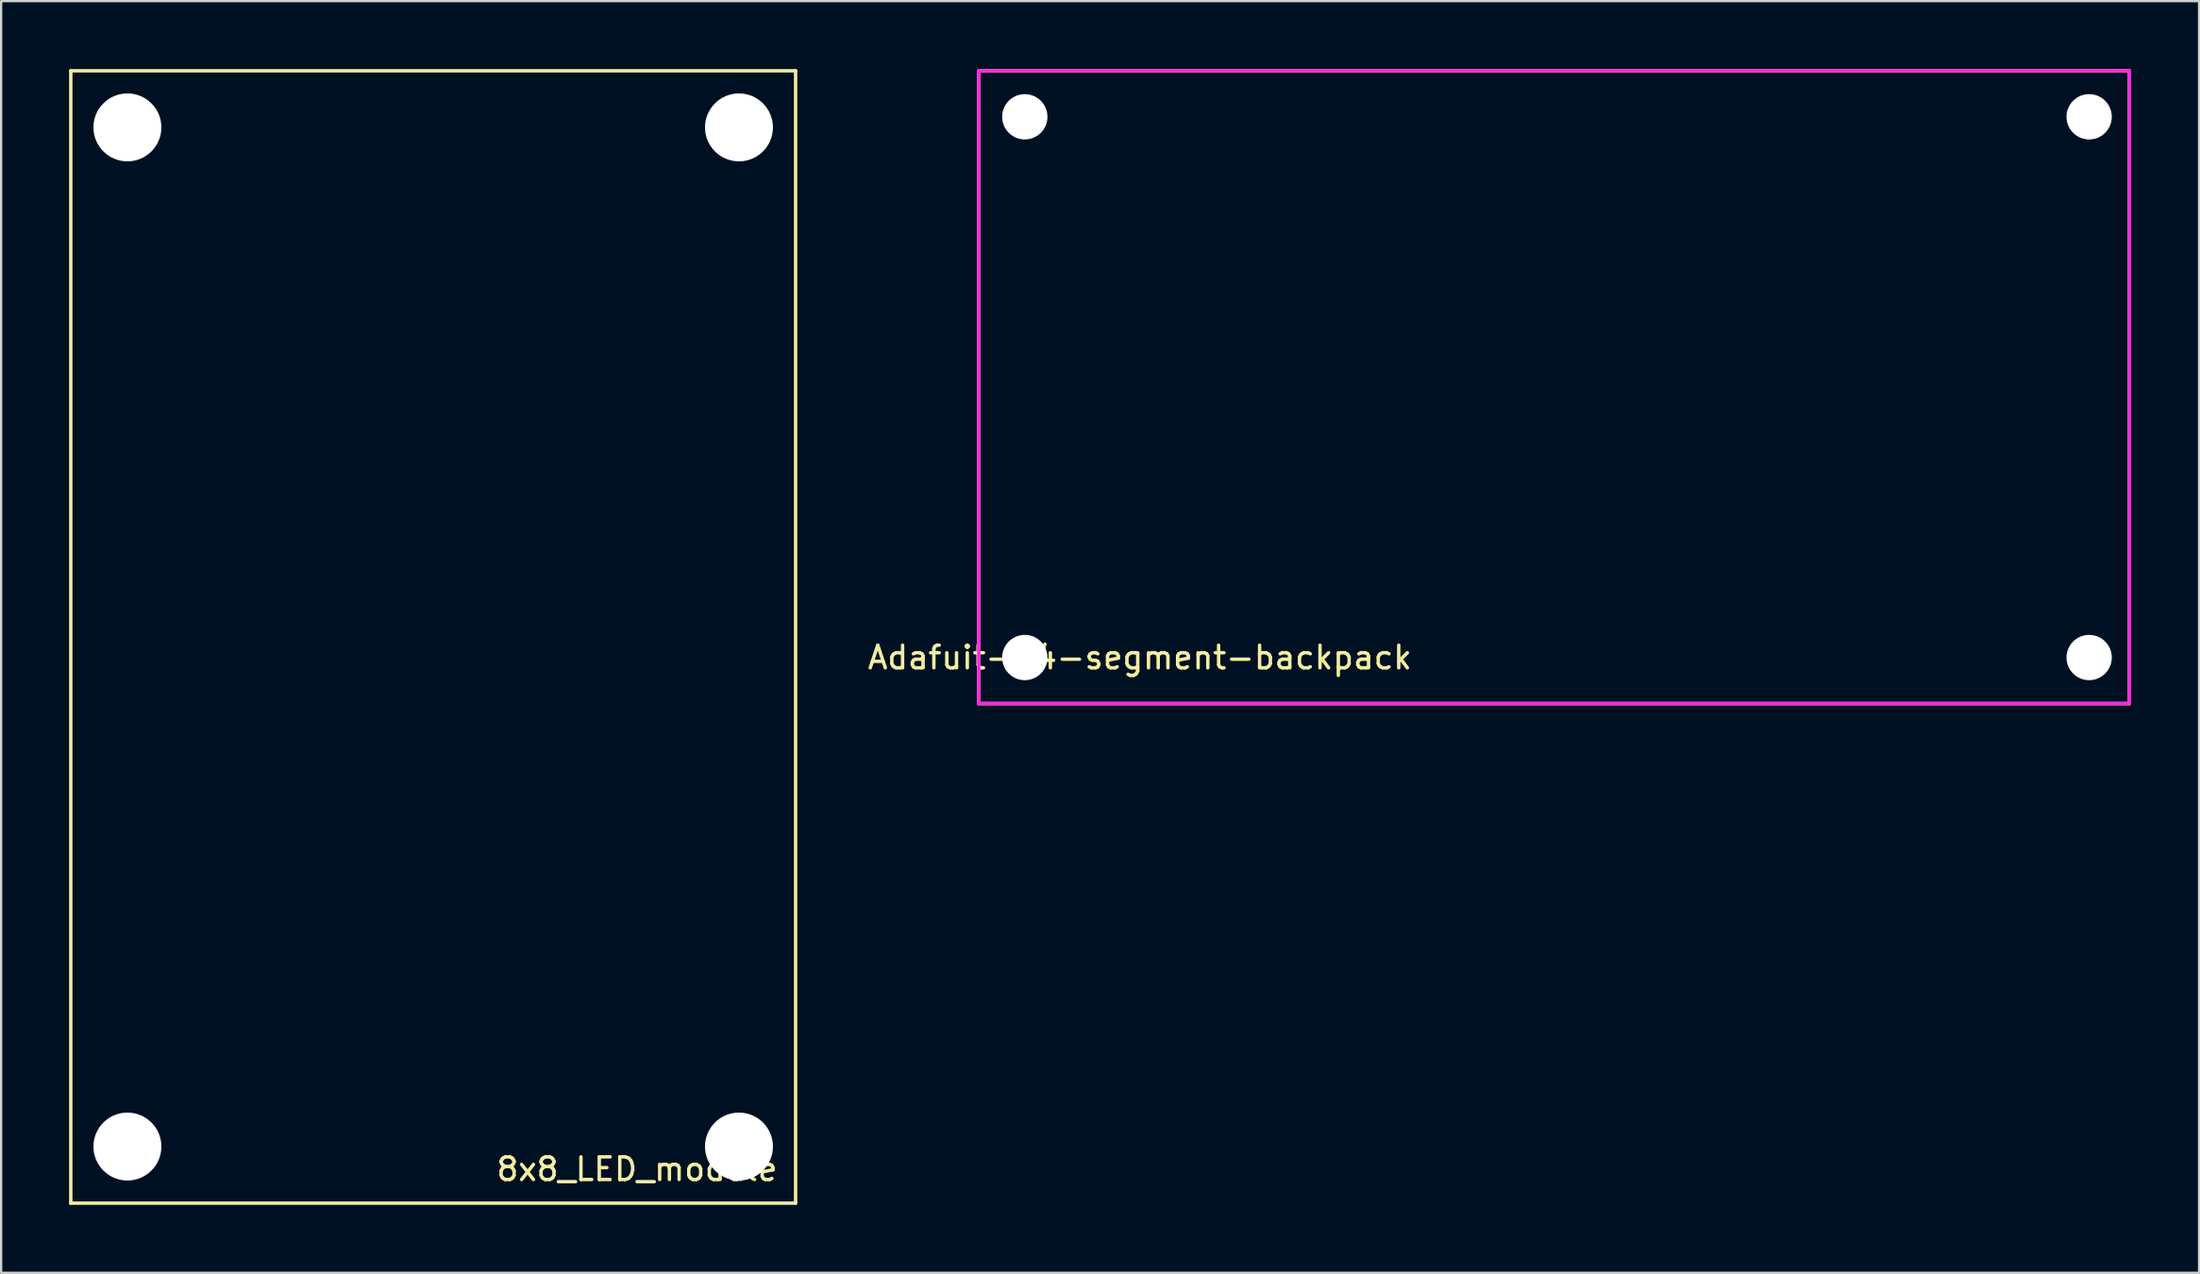
<source format=kicad_pcb>
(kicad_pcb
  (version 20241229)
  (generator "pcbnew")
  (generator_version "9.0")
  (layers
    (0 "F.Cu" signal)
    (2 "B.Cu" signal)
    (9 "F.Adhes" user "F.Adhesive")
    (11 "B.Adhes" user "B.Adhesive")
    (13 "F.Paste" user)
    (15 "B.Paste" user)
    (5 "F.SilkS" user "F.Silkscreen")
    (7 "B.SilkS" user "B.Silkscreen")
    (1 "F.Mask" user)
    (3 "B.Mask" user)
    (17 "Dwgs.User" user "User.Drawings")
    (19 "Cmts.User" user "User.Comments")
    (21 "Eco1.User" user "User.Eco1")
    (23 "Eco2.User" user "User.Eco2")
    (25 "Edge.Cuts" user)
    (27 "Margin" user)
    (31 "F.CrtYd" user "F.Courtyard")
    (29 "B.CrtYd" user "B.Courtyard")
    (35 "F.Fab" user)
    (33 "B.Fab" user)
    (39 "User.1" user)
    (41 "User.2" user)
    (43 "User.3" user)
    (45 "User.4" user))
  (footprint "Adafuit-14-segment-backpack"
    (layer "F.Cu")
    (at 40.163 28.015)
    (property "Reference" "Adafuit-14-segment-backpack" (at 7.112 -2.032 0) (layer "F.SilkS") (effects (font (size 1 1) (thickness 0.15))))
    (attr through_hole)
    (fp_line (start 0 -27.94) (end 0.254 -27.94) (stroke (width 0.15) (type solid)) (layer "F.SilkS"))
    (fp_line (start 0 0) (end 0 -27.94) (stroke (width 0.15) (type solid)) (layer "F.SilkS"))
    (fp_line (start 0.254 -27.94) (end 50.8 -27.94) (stroke (width 0.15) (type solid)) (layer "F.SilkS"))
    (fp_line (start 50.8 -27.94) (end 50.8 0) (stroke (width 0.15) (type solid)) (layer "F.SilkS"))
    (fp_line (start 50.8 0) (end 0 0) (stroke (width 0.15) (type solid)) (layer "F.SilkS"))
    (fp_line (start 0 -27.94) (end 50.8 -27.94) (stroke (width 0.15) (type solid)) (layer "F.CrtYd"))
    (fp_line (start 0 0) (end 0 -27.94) (stroke (width 0.15) (type solid)) (layer "F.CrtYd"))
    (fp_line (start 50.8 -27.94) (end 50.8 0) (stroke (width 0.15) (type solid)) (layer "F.CrtYd"))
    (fp_line (start 50.8 0) (end 0 0) (stroke (width 0.15) (type solid)) (layer "F.CrtYd"))
    (pad "" np_thru_hole circle (at 2.032 -25.908) (size 2 2) (drill 2) (layers "*.Cu" "*.Paste" "*.Mask"))
    (pad "" np_thru_hole circle (at 2.032 -2.032) (size 2 2) (drill 2) (layers "*.Cu" "*.Paste" "*.Mask"))
    (pad "" np_thru_hole circle (at 49.022 -25.908) (size 2 2) (drill 2) (layers "*.Cu" "*.Paste" "*.Mask"))
    (pad "" np_thru_hole circle (at 49.022 -2.032) (size 2 2) (drill 2) (layers "*.Cu" "*.Paste" "*.Mask")))
  (footprint "8x8_LED_module"
    (layer "F.Cu")
    (at 16.075 25.075)
    (property "Reference" "8x8_LED_module" (at 9 23.5 0) (layer "F.SilkS") (effects (font (size 1 1) (thickness 0.15))))
    (attr through_hole)
    (fp_line (start -16 -25) (end -16 25) (stroke (width 0.15) (type solid)) (layer "F.SilkS"))
    (fp_line (start -16 25) (end 16 25) (stroke (width 0.15) (type solid)) (layer "F.SilkS"))
    (fp_line (start 16 -25) (end -16 -25) (stroke (width 0.15) (type solid)) (layer "F.SilkS"))
    (fp_line (start 16 25) (end 16 -25) (stroke (width 0.15) (type solid)) (layer "F.SilkS"))
    (pad "" np_thru_hole circle (at -13.5 -22.5) (size 3 3) (drill 3) (layers "*.Cu" "*.Mask"))
    (pad "" np_thru_hole circle (at -13.5 22.5) (size 3 3) (drill 3) (layers "*.Cu" "*.Mask"))
    (pad "" np_thru_hole circle (at 13.5 -22.5) (size 3 3) (drill 3) (layers "*.Cu" "*.Mask"))
    (pad "" np_thru_hole circle (at 13.5 22.5) (size 3 3) (drill 3) (layers "*.Cu" "*.Mask")))
  (gr_rect
    (start -3 -3)
    (end 94.038 53.15)
    (stroke (width 0.1) (type default))
    (fill no)
    (layer "Edge.Cuts")))
</source>
